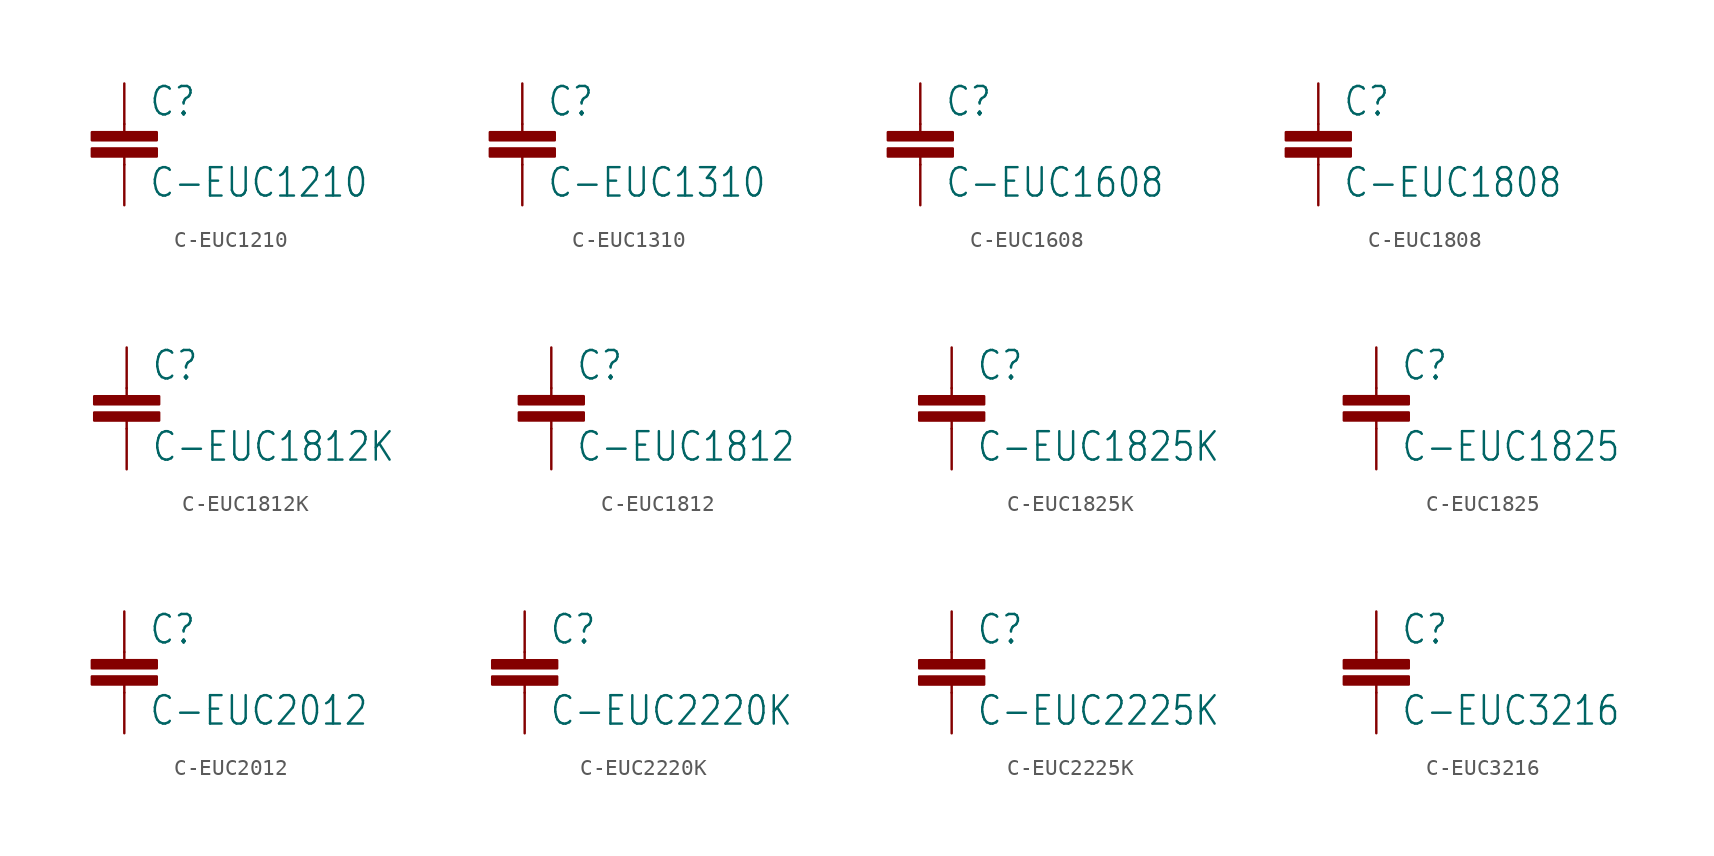
<source format=kicad_sym>
(kicad_symbol_lib
  (version 20231120)
  (generator "kicad_symbol_editor")
  (generator_version "8.0")
  (symbol "C-EUC1210"
    (property "Reference" "C"
      (at 1.524 0.381 0)
      (effects (font (size 1.778 1.511)) (justify left bottom)))
    (property "Value" "C-EUC1210"
      (at 1.524 -4.699 0)
      (effects (font (size 1.778 1.511)) (justify left bottom)))
    (property "ki_locked" ""
      (at 0 0 0)
      (effects (font (size 1.27 1.27))))
    (symbol "C-EUC1210_1_0"
      (rectangle (start -2.032 -2.032) (end 2.032 -1.524) (stroke (width 0) (type default)) (fill (type outline)))
      (rectangle (start -2.032 -1.016) (end 2.032 -0.508) (stroke (width 0) (type default)) (fill (type outline)))
      (polyline (pts (xy 0 -2.54) (xy 0 -2.032)) (stroke (width 0.152) (type default)) (fill (type none)))
      (polyline (pts (xy 0 0) (xy 0 -0.508)) (stroke (width 0.152) (type default)) (fill (type none)))
      (pin passive line (at 0 2.54 270) (length 2.54) (name "1" (effects (font (size 0 0)))) (number "1" (effects (font (size 0 0)))))
      (pin passive line (at 0 -5.08 90) (length 2.54) (name "2" (effects (font (size 0 0)))) (number "2" (effects (font (size 0 0)))))))
  (symbol "C-EUC1310"
    (property "Reference" "C"
      (at 1.524 0.381 0)
      (effects (font (size 1.778 1.511)) (justify left bottom)))
    (property "Value" "C-EUC1310"
      (at 1.524 -4.699 0)
      (effects (font (size 1.778 1.511)) (justify left bottom)))
    (property "ki_locked" ""
      (at 0 0 0)
      (effects (font (size 1.27 1.27))))
    (symbol "C-EUC1310_1_0"
      (rectangle (start -2.032 -2.032) (end 2.032 -1.524) (stroke (width 0) (type default)) (fill (type outline)))
      (rectangle (start -2.032 -1.016) (end 2.032 -0.508) (stroke (width 0) (type default)) (fill (type outline)))
      (polyline (pts (xy 0 -2.54) (xy 0 -2.032)) (stroke (width 0.152) (type default)) (fill (type none)))
      (polyline (pts (xy 0 0) (xy 0 -0.508)) (stroke (width 0.152) (type default)) (fill (type none)))
      (pin passive line (at 0 2.54 270) (length 2.54) (name "1" (effects (font (size 0 0)))) (number "1" (effects (font (size 0 0)))))
      (pin passive line (at 0 -5.08 90) (length 2.54) (name "2" (effects (font (size 0 0)))) (number "2" (effects (font (size 0 0)))))))
  (symbol "C-EUC1608"
    (property "Reference" "C"
      (at 1.524 0.381 0)
      (effects (font (size 1.778 1.511)) (justify left bottom)))
    (property "Value" "C-EUC1608"
      (at 1.524 -4.699 0)
      (effects (font (size 1.778 1.511)) (justify left bottom)))
    (property "ki_locked" ""
      (at 0 0 0)
      (effects (font (size 1.27 1.27))))
    (symbol "C-EUC1608_1_0"
      (rectangle (start -2.032 -2.032) (end 2.032 -1.524) (stroke (width 0) (type default)) (fill (type outline)))
      (rectangle (start -2.032 -1.016) (end 2.032 -0.508) (stroke (width 0) (type default)) (fill (type outline)))
      (polyline (pts (xy 0 -2.54) (xy 0 -2.032)) (stroke (width 0.152) (type default)) (fill (type none)))
      (polyline (pts (xy 0 0) (xy 0 -0.508)) (stroke (width 0.152) (type default)) (fill (type none)))
      (pin passive line (at 0 2.54 270) (length 2.54) (name "1" (effects (font (size 0 0)))) (number "1" (effects (font (size 0 0)))))
      (pin passive line (at 0 -5.08 90) (length 2.54) (name "2" (effects (font (size 0 0)))) (number "2" (effects (font (size 0 0)))))))
  (symbol "C-EUC1808"
    (property "Reference" "C"
      (at 1.524 0.381 0)
      (effects (font (size 1.778 1.511)) (justify left bottom)))
    (property "Value" "C-EUC1808"
      (at 1.524 -4.699 0)
      (effects (font (size 1.778 1.511)) (justify left bottom)))
    (property "ki_locked" ""
      (at 0 0 0)
      (effects (font (size 1.27 1.27))))
    (symbol "C-EUC1808_1_0"
      (rectangle (start -2.032 -2.032) (end 2.032 -1.524) (stroke (width 0) (type default)) (fill (type outline)))
      (rectangle (start -2.032 -1.016) (end 2.032 -0.508) (stroke (width 0) (type default)) (fill (type outline)))
      (polyline (pts (xy 0 -2.54) (xy 0 -2.032)) (stroke (width 0.152) (type default)) (fill (type none)))
      (polyline (pts (xy 0 0) (xy 0 -0.508)) (stroke (width 0.152) (type default)) (fill (type none)))
      (pin passive line (at 0 2.54 270) (length 2.54) (name "1" (effects (font (size 0 0)))) (number "1" (effects (font (size 0 0)))))
      (pin passive line (at 0 -5.08 90) (length 2.54) (name "2" (effects (font (size 0 0)))) (number "2" (effects (font (size 0 0)))))))
  (symbol "C-EUC1812K"
    (property "Reference" "C"
      (at 1.524 0.381 0)
      (effects (font (size 1.778 1.511)) (justify left bottom)))
    (property "Value" "C-EUC1812K"
      (at 1.524 -4.699 0)
      (effects (font (size 1.778 1.511)) (justify left bottom)))
    (property "ki_locked" ""
      (at 0 0 0)
      (effects (font (size 1.27 1.27))))
    (symbol "C-EUC1812K_1_0"
      (rectangle (start -2.032 -2.032) (end 2.032 -1.524) (stroke (width 0) (type default)) (fill (type outline)))
      (rectangle (start -2.032 -1.016) (end 2.032 -0.508) (stroke (width 0) (type default)) (fill (type outline)))
      (polyline (pts (xy 0 -2.54) (xy 0 -2.032)) (stroke (width 0.152) (type default)) (fill (type none)))
      (polyline (pts (xy 0 0) (xy 0 -0.508)) (stroke (width 0.152) (type default)) (fill (type none)))
      (pin passive line (at 0 2.54 270) (length 2.54) (name "1" (effects (font (size 0 0)))) (number "1" (effects (font (size 0 0)))))
      (pin passive line (at 0 -5.08 90) (length 2.54) (name "2" (effects (font (size 0 0)))) (number "2" (effects (font (size 0 0)))))))
  (symbol "C-EUC1812"
    (property "Reference" "C"
      (at 1.524 0.381 0)
      (effects (font (size 1.778 1.511)) (justify left bottom)))
    (property "Value" "C-EUC1812"
      (at 1.524 -4.699 0)
      (effects (font (size 1.778 1.511)) (justify left bottom)))
    (property "ki_locked" ""
      (at 0 0 0)
      (effects (font (size 1.27 1.27))))
    (symbol "C-EUC1812_1_0"
      (rectangle (start -2.032 -2.032) (end 2.032 -1.524) (stroke (width 0) (type default)) (fill (type outline)))
      (rectangle (start -2.032 -1.016) (end 2.032 -0.508) (stroke (width 0) (type default)) (fill (type outline)))
      (polyline (pts (xy 0 -2.54) (xy 0 -2.032)) (stroke (width 0.152) (type default)) (fill (type none)))
      (polyline (pts (xy 0 0) (xy 0 -0.508)) (stroke (width 0.152) (type default)) (fill (type none)))
      (pin passive line (at 0 2.54 270) (length 2.54) (name "1" (effects (font (size 0 0)))) (number "1" (effects (font (size 0 0)))))
      (pin passive line (at 0 -5.08 90) (length 2.54) (name "2" (effects (font (size 0 0)))) (number "2" (effects (font (size 0 0)))))))
  (symbol "C-EUC1825K"
    (property "Reference" "C"
      (at 1.524 0.381 0)
      (effects (font (size 1.778 1.511)) (justify left bottom)))
    (property "Value" "C-EUC1825K"
      (at 1.524 -4.699 0)
      (effects (font (size 1.778 1.511)) (justify left bottom)))
    (property "ki_locked" ""
      (at 0 0 0)
      (effects (font (size 1.27 1.27))))
    (symbol "C-EUC1825K_1_0"
      (rectangle (start -2.032 -2.032) (end 2.032 -1.524) (stroke (width 0) (type default)) (fill (type outline)))
      (rectangle (start -2.032 -1.016) (end 2.032 -0.508) (stroke (width 0) (type default)) (fill (type outline)))
      (polyline (pts (xy 0 -2.54) (xy 0 -2.032)) (stroke (width 0.152) (type default)) (fill (type none)))
      (polyline (pts (xy 0 0) (xy 0 -0.508)) (stroke (width 0.152) (type default)) (fill (type none)))
      (pin passive line (at 0 2.54 270) (length 2.54) (name "1" (effects (font (size 0 0)))) (number "1" (effects (font (size 0 0)))))
      (pin passive line (at 0 -5.08 90) (length 2.54) (name "2" (effects (font (size 0 0)))) (number "2" (effects (font (size 0 0)))))))
  (symbol "C-EUC1825"
    (property "Reference" "C"
      (at 1.524 0.381 0)
      (effects (font (size 1.778 1.511)) (justify left bottom)))
    (property "Value" "C-EUC1825"
      (at 1.524 -4.699 0)
      (effects (font (size 1.778 1.511)) (justify left bottom)))
    (property "ki_locked" ""
      (at 0 0 0)
      (effects (font (size 1.27 1.27))))
    (symbol "C-EUC1825_1_0"
      (rectangle (start -2.032 -2.032) (end 2.032 -1.524) (stroke (width 0) (type default)) (fill (type outline)))
      (rectangle (start -2.032 -1.016) (end 2.032 -0.508) (stroke (width 0) (type default)) (fill (type outline)))
      (polyline (pts (xy 0 -2.54) (xy 0 -2.032)) (stroke (width 0.152) (type default)) (fill (type none)))
      (polyline (pts (xy 0 0) (xy 0 -0.508)) (stroke (width 0.152) (type default)) (fill (type none)))
      (pin passive line (at 0 2.54 270) (length 2.54) (name "1" (effects (font (size 0 0)))) (number "1" (effects (font (size 0 0)))))
      (pin passive line (at 0 -5.08 90) (length 2.54) (name "2" (effects (font (size 0 0)))) (number "2" (effects (font (size 0 0)))))))
  (symbol "C-EUC2012"
    (property "Reference" "C"
      (at 1.524 0.381 0)
      (effects (font (size 1.778 1.511)) (justify left bottom)))
    (property "Value" "C-EUC2012"
      (at 1.524 -4.699 0)
      (effects (font (size 1.778 1.511)) (justify left bottom)))
    (property "ki_locked" ""
      (at 0 0 0)
      (effects (font (size 1.27 1.27))))
    (symbol "C-EUC2012_1_0"
      (rectangle (start -2.032 -2.032) (end 2.032 -1.524) (stroke (width 0) (type default)) (fill (type outline)))
      (rectangle (start -2.032 -1.016) (end 2.032 -0.508) (stroke (width 0) (type default)) (fill (type outline)))
      (polyline (pts (xy 0 -2.54) (xy 0 -2.032)) (stroke (width 0.152) (type default)) (fill (type none)))
      (polyline (pts (xy 0 0) (xy 0 -0.508)) (stroke (width 0.152) (type default)) (fill (type none)))
      (pin passive line (at 0 2.54 270) (length 2.54) (name "1" (effects (font (size 0 0)))) (number "1" (effects (font (size 0 0)))))
      (pin passive line (at 0 -5.08 90) (length 2.54) (name "2" (effects (font (size 0 0)))) (number "2" (effects (font (size 0 0)))))))
  (symbol "C-EUC2220K"
    (property "Reference" "C"
      (at 1.524 0.381 0)
      (effects (font (size 1.778 1.511)) (justify left bottom)))
    (property "Value" "C-EUC2220K"
      (at 1.524 -4.699 0)
      (effects (font (size 1.778 1.511)) (justify left bottom)))
    (property "ki_locked" ""
      (at 0 0 0)
      (effects (font (size 1.27 1.27))))
    (symbol "C-EUC2220K_1_0"
      (rectangle (start -2.032 -2.032) (end 2.032 -1.524) (stroke (width 0) (type default)) (fill (type outline)))
      (rectangle (start -2.032 -1.016) (end 2.032 -0.508) (stroke (width 0) (type default)) (fill (type outline)))
      (polyline (pts (xy 0 -2.54) (xy 0 -2.032)) (stroke (width 0.152) (type default)) (fill (type none)))
      (polyline (pts (xy 0 0) (xy 0 -0.508)) (stroke (width 0.152) (type default)) (fill (type none)))
      (pin passive line (at 0 2.54 270) (length 2.54) (name "1" (effects (font (size 0 0)))) (number "1" (effects (font (size 0 0)))))
      (pin passive line (at 0 -5.08 90) (length 2.54) (name "2" (effects (font (size 0 0)))) (number "2" (effects (font (size 0 0)))))))
  (symbol "C-EUC2225K"
    (property "Reference" "C"
      (at 1.524 0.381 0)
      (effects (font (size 1.778 1.511)) (justify left bottom)))
    (property "Value" "C-EUC2225K"
      (at 1.524 -4.699 0)
      (effects (font (size 1.778 1.511)) (justify left bottom)))
    (property "ki_locked" ""
      (at 0 0 0)
      (effects (font (size 1.27 1.27))))
    (symbol "C-EUC2225K_1_0"
      (rectangle (start -2.032 -2.032) (end 2.032 -1.524) (stroke (width 0) (type default)) (fill (type outline)))
      (rectangle (start -2.032 -1.016) (end 2.032 -0.508) (stroke (width 0) (type default)) (fill (type outline)))
      (polyline (pts (xy 0 -2.54) (xy 0 -2.032)) (stroke (width 0.152) (type default)) (fill (type none)))
      (polyline (pts (xy 0 0) (xy 0 -0.508)) (stroke (width 0.152) (type default)) (fill (type none)))
      (pin passive line (at 0 2.54 270) (length 2.54) (name "1" (effects (font (size 0 0)))) (number "1" (effects (font (size 0 0)))))
      (pin passive line (at 0 -5.08 90) (length 2.54) (name "2" (effects (font (size 0 0)))) (number "2" (effects (font (size 0 0)))))))
  (symbol "C-EUC3216"
    (property "Reference" "C"
      (at 1.524 0.381 0)
      (effects (font (size 1.778 1.511)) (justify left bottom)))
    (property "Value" "C-EUC3216"
      (at 1.524 -4.699 0)
      (effects (font (size 1.778 1.511)) (justify left bottom)))
    (property "ki_locked" ""
      (at 0 0 0)
      (effects (font (size 1.27 1.27))))
    (symbol "C-EUC3216_1_0"
      (rectangle (start -2.032 -2.032) (end 2.032 -1.524) (stroke (width 0) (type default)) (fill (type outline)))
      (rectangle (start -2.032 -1.016) (end 2.032 -0.508) (stroke (width 0) (type default)) (fill (type outline)))
      (polyline (pts (xy 0 -2.54) (xy 0 -2.032)) (stroke (width 0.152) (type default)) (fill (type none)))
      (polyline (pts (xy 0 0) (xy 0 -0.508)) (stroke (width 0.152) (type default)) (fill (type none)))
      (pin passive line (at 0 2.54 270) (length 2.54) (name "1" (effects (font (size 0 0)))) (number "1" (effects (font (size 0 0)))))
      (pin passive line (at 0 -5.08 90) (length 2.54) (name "2" (effects (font (size 0 0)))) (number "2" (effects (font (size 0 0))))))))
</source>
